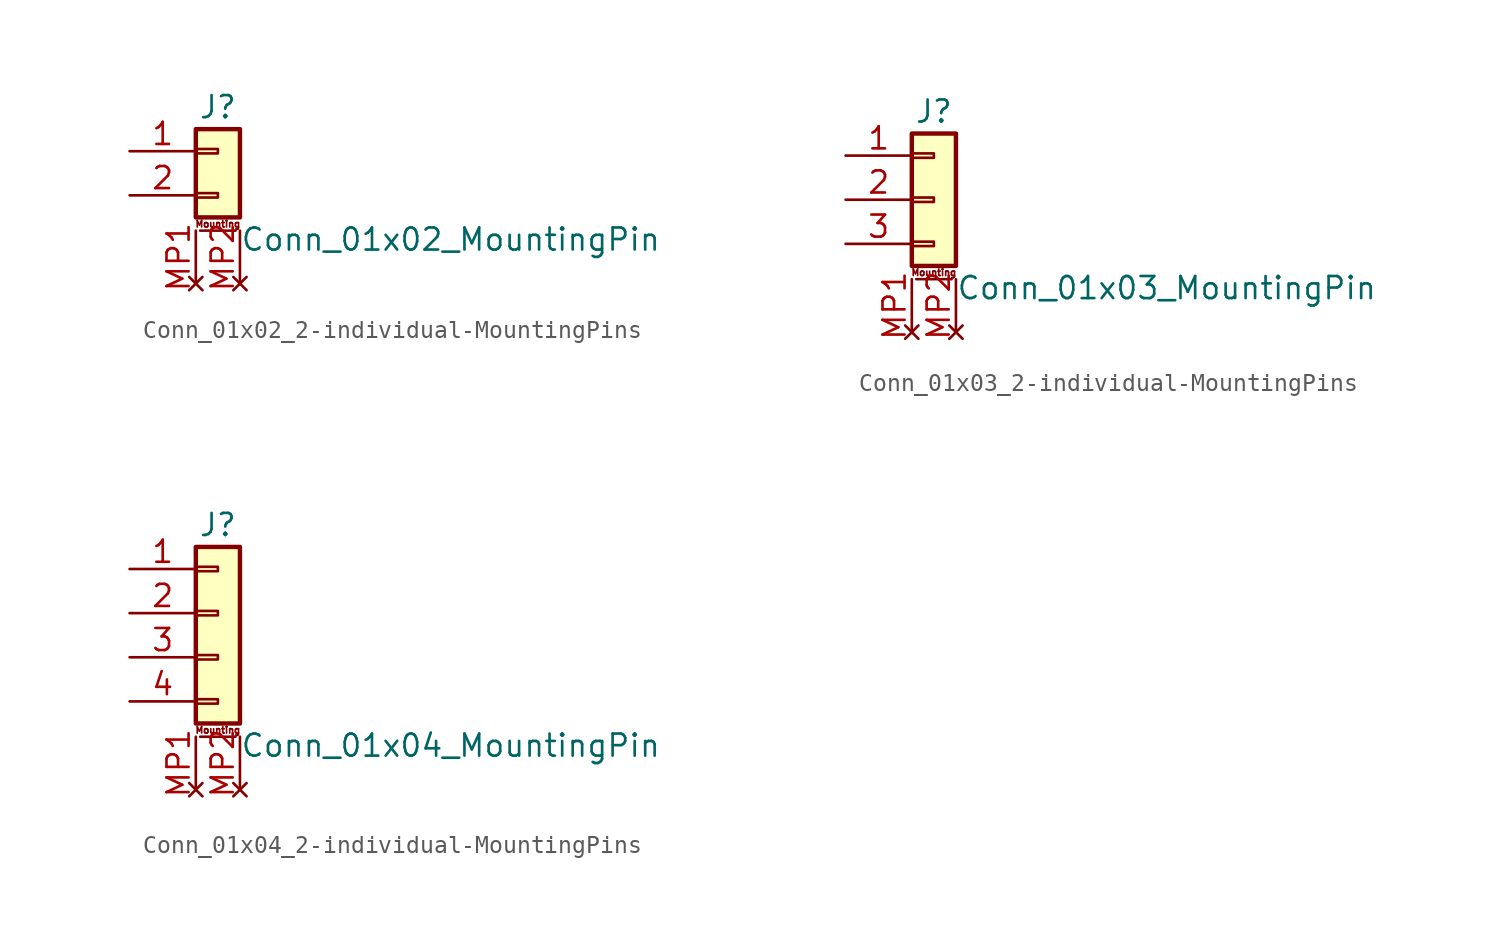
<source format=kicad_sym>
(kicad_symbol_lib
  (version 20231120)
  (generator "kicad_symbol_editor")
  (generator_version "8.0")
  (symbol "Conn_01x02_2-individual-MountingPins"
    (pin_names
      (offset 1.016) hide)
    (property "Reference" "J"
      (at 0 5.08 0)
      (effects (font (size 1.27 1.27))))
    (property "Value" "Conn_01x02_MountingPin"
      (at 1.27 -2.54 0)
      (effects (font (size 1.27 1.27)) (justify left)))
    (symbol "Conn_01x02_2-individual-MountingPins_1_1"
      (rectangle (start -1.27 0.127) (end 0 -0.127) (stroke (width 0.152) (type default)) (fill (type none)))
      (rectangle (start -1.27 2.667) (end 0 2.413) (stroke (width 0.152) (type default)) (fill (type none)))
      (rectangle (start -1.27 3.81) (end 1.27 -1.27) (stroke (width 0.254) (type default)) (fill (type background)))
      (polyline (pts (xy -1.016 -2.032) (xy 1.016 -2.032)) (stroke (width 0.152) (type default)) (fill (type none)))
      (text "Mounting" (at 0 -1.651 0) (effects (font (size 0.381 0.381))))
      (pin passive line (at -5.08 2.54 0) (length 3.81) (name "Pin_1" (effects (font (size 1.27 1.27)))) (number "1" (effects (font (size 1.27 1.27)))))
      (pin passive line (at -5.08 0 0) (length 3.81) (name "Pin_2" (effects (font (size 1.27 1.27)))) (number "2" (effects (font (size 1.27 1.27)))))
      (pin no_connect line (at -1.27 -5.08 90) (length 3.048) (name "MountPin1" (effects (font (size 1.27 1.27)))) (number "MP1" (effects (font (size 1.27 1.27)))))
      (pin no_connect line (at 1.27 -5.08 90) (length 3.048) (name "MountPin2" (effects (font (size 1.27 1.27)))) (number "MP2" (effects (font (size 1.27 1.27)))))))
  (symbol "Conn_01x03_2-individual-MountingPins"
    (pin_names
      (offset 1.016) hide)
    (property "Reference" "J"
      (at 0 5.08 0)
      (effects (font (size 1.27 1.27))))
    (property "Value" "Conn_01x03_MountingPin"
      (at 1.27 -5.08 0)
      (effects (font (size 1.27 1.27)) (justify left)))
    (symbol "Conn_01x03_2-individual-MountingPins_1_1"
      (rectangle (start -1.27 -2.413) (end 0 -2.667) (stroke (width 0.152) (type default)) (fill (type none)))
      (rectangle (start -1.27 0.127) (end 0 -0.127) (stroke (width 0.152) (type default)) (fill (type none)))
      (rectangle (start -1.27 2.667) (end 0 2.413) (stroke (width 0.152) (type default)) (fill (type none)))
      (rectangle (start -1.27 3.81) (end 1.27 -3.81) (stroke (width 0.254) (type default)) (fill (type background)))
      (polyline (pts (xy -1.016 -4.572) (xy 1.016 -4.572)) (stroke (width 0.152) (type default)) (fill (type none)))
      (text "Mounting" (at 0 -4.191 0) (effects (font (size 0.381 0.381))))
      (pin passive line (at -5.08 2.54 0) (length 3.81) (name "Pin_1" (effects (font (size 1.27 1.27)))) (number "1" (effects (font (size 1.27 1.27)))))
      (pin passive line (at -5.08 0 0) (length 3.81) (name "Pin_2" (effects (font (size 1.27 1.27)))) (number "2" (effects (font (size 1.27 1.27)))))
      (pin passive line (at -5.08 -2.54 0) (length 3.81) (name "Pin_3" (effects (font (size 1.27 1.27)))) (number "3" (effects (font (size 1.27 1.27)))))
      (pin no_connect line (at -1.27 -7.62 90) (length 3.048) (name "MountPin1" (effects (font (size 1.27 1.27)))) (number "MP1" (effects (font (size 1.27 1.27)))))
      (pin no_connect line (at 1.27 -7.62 90) (length 3.048) (name "MountPin2" (effects (font (size 1.27 1.27)))) (number "MP2" (effects (font (size 1.27 1.27)))))))
  (symbol "Conn_01x04_2-individual-MountingPins"
    (pin_names
      (offset 1.016) hide)
    (property "Reference" "J"
      (at 0 5.08 0)
      (effects (font (size 1.27 1.27))))
    (property "Value" "Conn_01x04_MountingPin"
      (at 1.27 -7.62 0)
      (effects (font (size 1.27 1.27)) (justify left)))
    (symbol "Conn_01x04_2-individual-MountingPins_1_1"
      (rectangle (start -1.27 -4.953) (end 0 -5.207) (stroke (width 0.152) (type default)) (fill (type none)))
      (rectangle (start -1.27 -2.413) (end 0 -2.667) (stroke (width 0.152) (type default)) (fill (type none)))
      (rectangle (start -1.27 0.127) (end 0 -0.127) (stroke (width 0.152) (type default)) (fill (type none)))
      (rectangle (start -1.27 2.667) (end 0 2.413) (stroke (width 0.152) (type default)) (fill (type none)))
      (rectangle (start -1.27 3.81) (end 1.27 -6.35) (stroke (width 0.254) (type default)) (fill (type background)))
      (polyline (pts (xy -1.016 -7.112) (xy 1.016 -7.112)) (stroke (width 0.152) (type default)) (fill (type none)))
      (text "Mounting" (at 0 -6.731 0) (effects (font (size 0.381 0.381))))
      (pin passive line (at -5.08 2.54 0) (length 3.81) (name "Pin_1" (effects (font (size 1.27 1.27)))) (number "1" (effects (font (size 1.27 1.27)))))
      (pin passive line (at -5.08 0 0) (length 3.81) (name "Pin_2" (effects (font (size 1.27 1.27)))) (number "2" (effects (font (size 1.27 1.27)))))
      (pin passive line (at -5.08 -2.54 0) (length 3.81) (name "Pin_3" (effects (font (size 1.27 1.27)))) (number "3" (effects (font (size 1.27 1.27)))))
      (pin passive line (at -5.08 -5.08 0) (length 3.81) (name "Pin_4" (effects (font (size 1.27 1.27)))) (number "4" (effects (font (size 1.27 1.27)))))
      (pin no_connect line (at -1.27 -10.16 90) (length 3.048) (name "MountPin1" (effects (font (size 1.27 1.27)))) (number "MP1" (effects (font (size 1.27 1.27)))))
      (pin no_connect line (at 1.27 -10.16 90) (length 3.048) (name "MountPin2" (effects (font (size 1.27 1.27)))) (number "MP2" (effects (font (size 1.27 1.27))))))))
</source>
